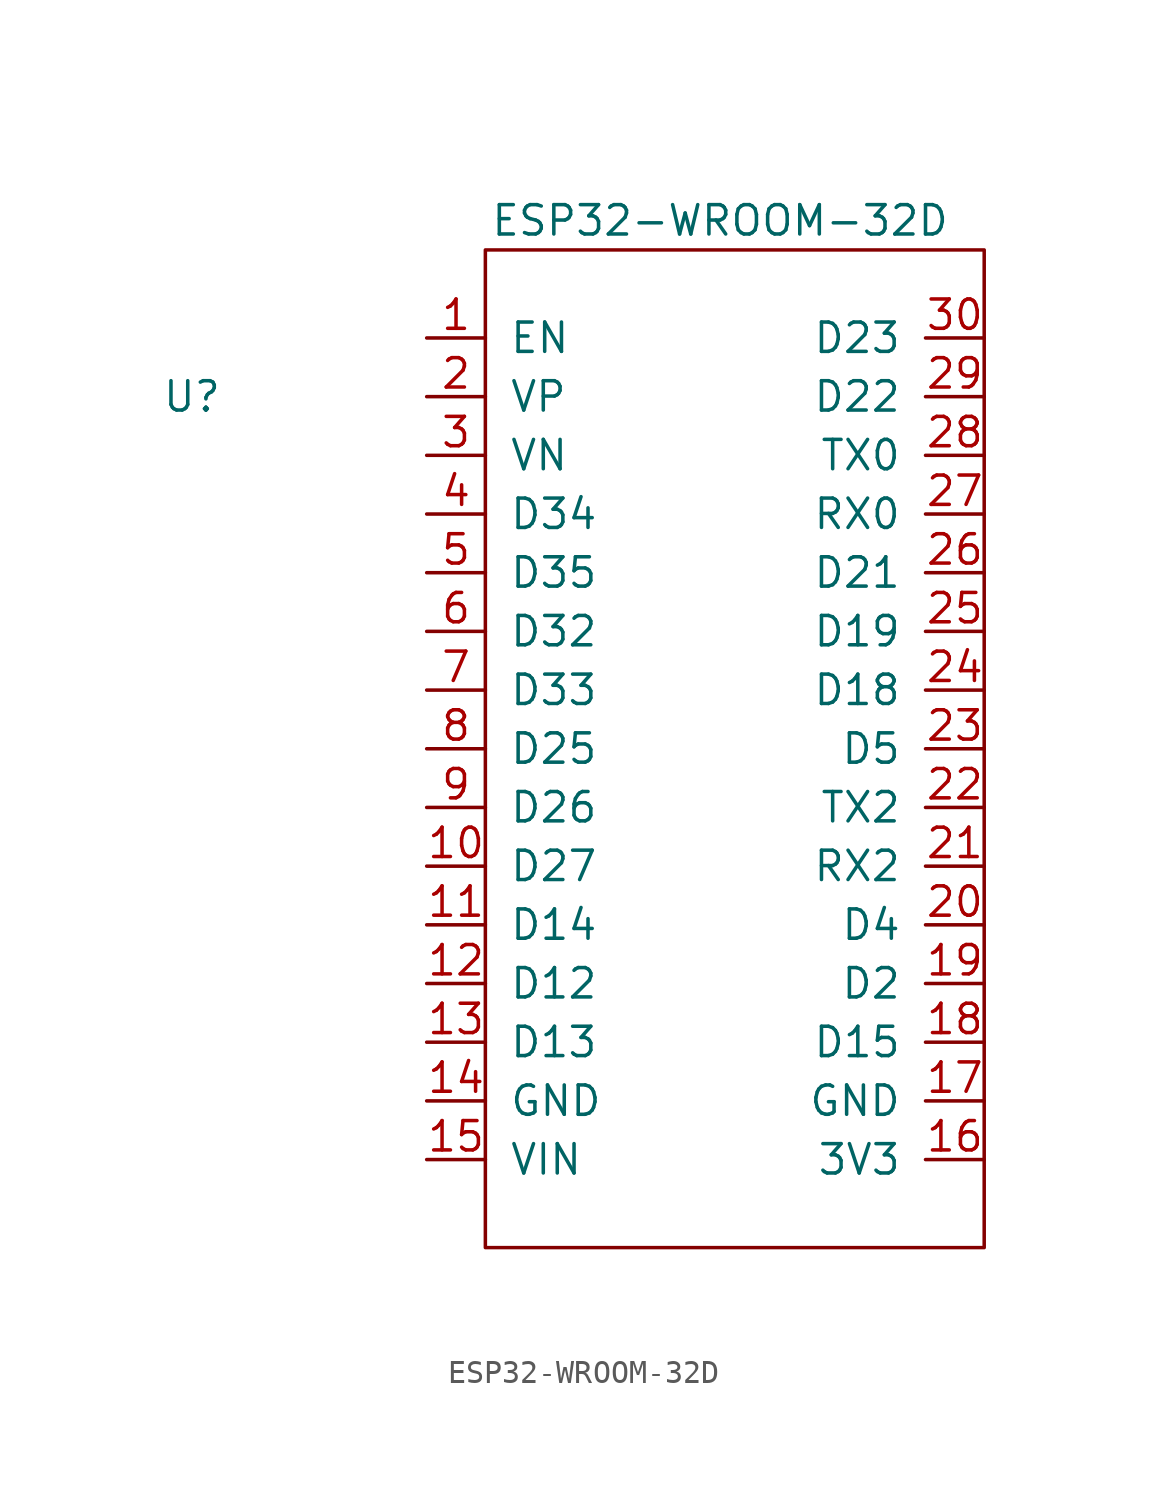
<source format=kicad_sym>
(kicad_symbol_lib
  (version 20220914)
  (generator kicad_symbol_editor)
  (symbol "ESP32-WROOM-32D"
    (pin_names
      (offset 1.016))
    (property "Reference" "U"
      (at -15.24 -7.62 0)
      (effects (font (size 1.27 1.27))))
    (property "Value" "ESP32-WROOM-32D"
      (at 7.62 0 0)
      (effects (font (size 1.27 1.27))))
    (symbol "ESP32-WROOM-32D_0_1"
      (rectangle (start -2.54 -1.27) (end 19.05 -44.45) (stroke (width 0) (type default)) (fill (type none))))
    (symbol "ESP32-WROOM-32D_1_1"
      (pin input line (at -5.08 -5.08 0) (length 2.54) (name "EN" (effects (font (size 1.27 1.27)))) (number "1" (effects (font (size 1.27 1.27)))))
      (pin bidirectional line (at -5.08 -27.94 0) (length 2.54) (name "D27" (effects (font (size 1.27 1.27)))) (number "10" (effects (font (size 1.27 1.27)))))
      (pin bidirectional line (at -5.08 -30.48 0) (length 2.54) (name "D14" (effects (font (size 1.27 1.27)))) (number "11" (effects (font (size 1.27 1.27)))))
      (pin bidirectional line (at -5.08 -33.02 0) (length 2.54) (name "D12" (effects (font (size 1.27 1.27)))) (number "12" (effects (font (size 1.27 1.27)))))
      (pin bidirectional line (at -5.08 -35.56 0) (length 2.54) (name "D13" (effects (font (size 1.27 1.27)))) (number "13" (effects (font (size 1.27 1.27)))))
      (pin power_in line (at -5.08 -38.1 0) (length 2.54) (name "GND" (effects (font (size 1.27 1.27)))) (number "14" (effects (font (size 1.27 1.27)))))
      (pin power_in line (at -5.08 -40.64 0) (length 2.54) (name "VIN" (effects (font (size 1.27 1.27)))) (number "15" (effects (font (size 1.27 1.27)))))
      (pin power_in line (at 19.05 -40.64 180) (length 2.54) (name "3V3" (effects (font (size 1.27 1.27)))) (number "16" (effects (font (size 1.27 1.27)))))
      (pin power_in line (at 19.05 -38.1 180) (length 2.54) (name "GND" (effects (font (size 1.27 1.27)))) (number "17" (effects (font (size 1.27 1.27)))))
      (pin bidirectional line (at 19.05 -35.56 180) (length 2.54) (name "D15" (effects (font (size 1.27 1.27)))) (number "18" (effects (font (size 1.27 1.27)))))
      (pin bidirectional line (at 19.05 -33.02 180) (length 2.54) (name "D2" (effects (font (size 1.27 1.27)))) (number "19" (effects (font (size 1.27 1.27)))))
      (pin input line (at -5.08 -7.62 0) (length 2.54) (name "VP" (effects (font (size 1.27 1.27)))) (number "2" (effects (font (size 1.27 1.27)))))
      (pin bidirectional line (at 19.05 -30.48 180) (length 2.54) (name "D4" (effects (font (size 1.27 1.27)))) (number "20" (effects (font (size 1.27 1.27)))))
      (pin input line (at 19.05 -27.94 180) (length 2.54) (name "RX2" (effects (font (size 1.27 1.27)))) (number "21" (effects (font (size 1.27 1.27)))))
      (pin output line (at 19.05 -25.4 180) (length 2.54) (name "TX2" (effects (font (size 1.27 1.27)))) (number "22" (effects (font (size 1.27 1.27)))))
      (pin bidirectional line (at 19.05 -22.86 180) (length 2.54) (name "D5" (effects (font (size 1.27 1.27)))) (number "23" (effects (font (size 1.27 1.27)))))
      (pin bidirectional line (at 19.05 -20.32 180) (length 2.54) (name "D18" (effects (font (size 1.27 1.27)))) (number "24" (effects (font (size 1.27 1.27)))))
      (pin bidirectional line (at 19.05 -17.78 180) (length 2.54) (name "D19" (effects (font (size 1.27 1.27)))) (number "25" (effects (font (size 1.27 1.27)))))
      (pin bidirectional line (at 19.05 -15.24 180) (length 2.54) (name "D21" (effects (font (size 1.27 1.27)))) (number "26" (effects (font (size 1.27 1.27)))))
      (pin input line (at 19.05 -12.7 180) (length 2.54) (name "RX0" (effects (font (size 1.27 1.27)))) (number "27" (effects (font (size 1.27 1.27)))))
      (pin output line (at 19.05 -10.16 180) (length 2.54) (name "TX0" (effects (font (size 1.27 1.27)))) (number "28" (effects (font (size 1.27 1.27)))))
      (pin bidirectional line (at 19.05 -7.62 180) (length 2.54) (name "D22" (effects (font (size 1.27 1.27)))) (number "29" (effects (font (size 1.27 1.27)))))
      (pin input line (at -5.08 -10.16 0) (length 2.54) (name "VN" (effects (font (size 1.27 1.27)))) (number "3" (effects (font (size 1.27 1.27)))))
      (pin bidirectional line (at 19.05 -5.08 180) (length 2.54) (name "D23" (effects (font (size 1.27 1.27)))) (number "30" (effects (font (size 1.27 1.27)))))
      (pin input line (at -5.08 -12.7 0) (length 2.54) (name "D34" (effects (font (size 1.27 1.27)))) (number "4" (effects (font (size 1.27 1.27)))))
      (pin input line (at -5.08 -15.24 0) (length 2.54) (name "D35" (effects (font (size 1.27 1.27)))) (number "5" (effects (font (size 1.27 1.27)))))
      (pin bidirectional line (at -5.08 -17.78 0) (length 2.54) (name "D32" (effects (font (size 1.27 1.27)))) (number "6" (effects (font (size 1.27 1.27)))))
      (pin bidirectional line (at -5.08 -20.32 0) (length 2.54) (name "D33" (effects (font (size 1.27 1.27)))) (number "7" (effects (font (size 1.27 1.27)))))
      (pin bidirectional line (at -5.08 -22.86 0) (length 2.54) (name "D25" (effects (font (size 1.27 1.27)))) (number "8" (effects (font (size 1.27 1.27)))))
      (pin bidirectional line (at -5.08 -25.4 0) (length 2.54) (name "D26" (effects (font (size 1.27 1.27)))) (number "9" (effects (font (size 1.27 1.27))))))))
</source>
